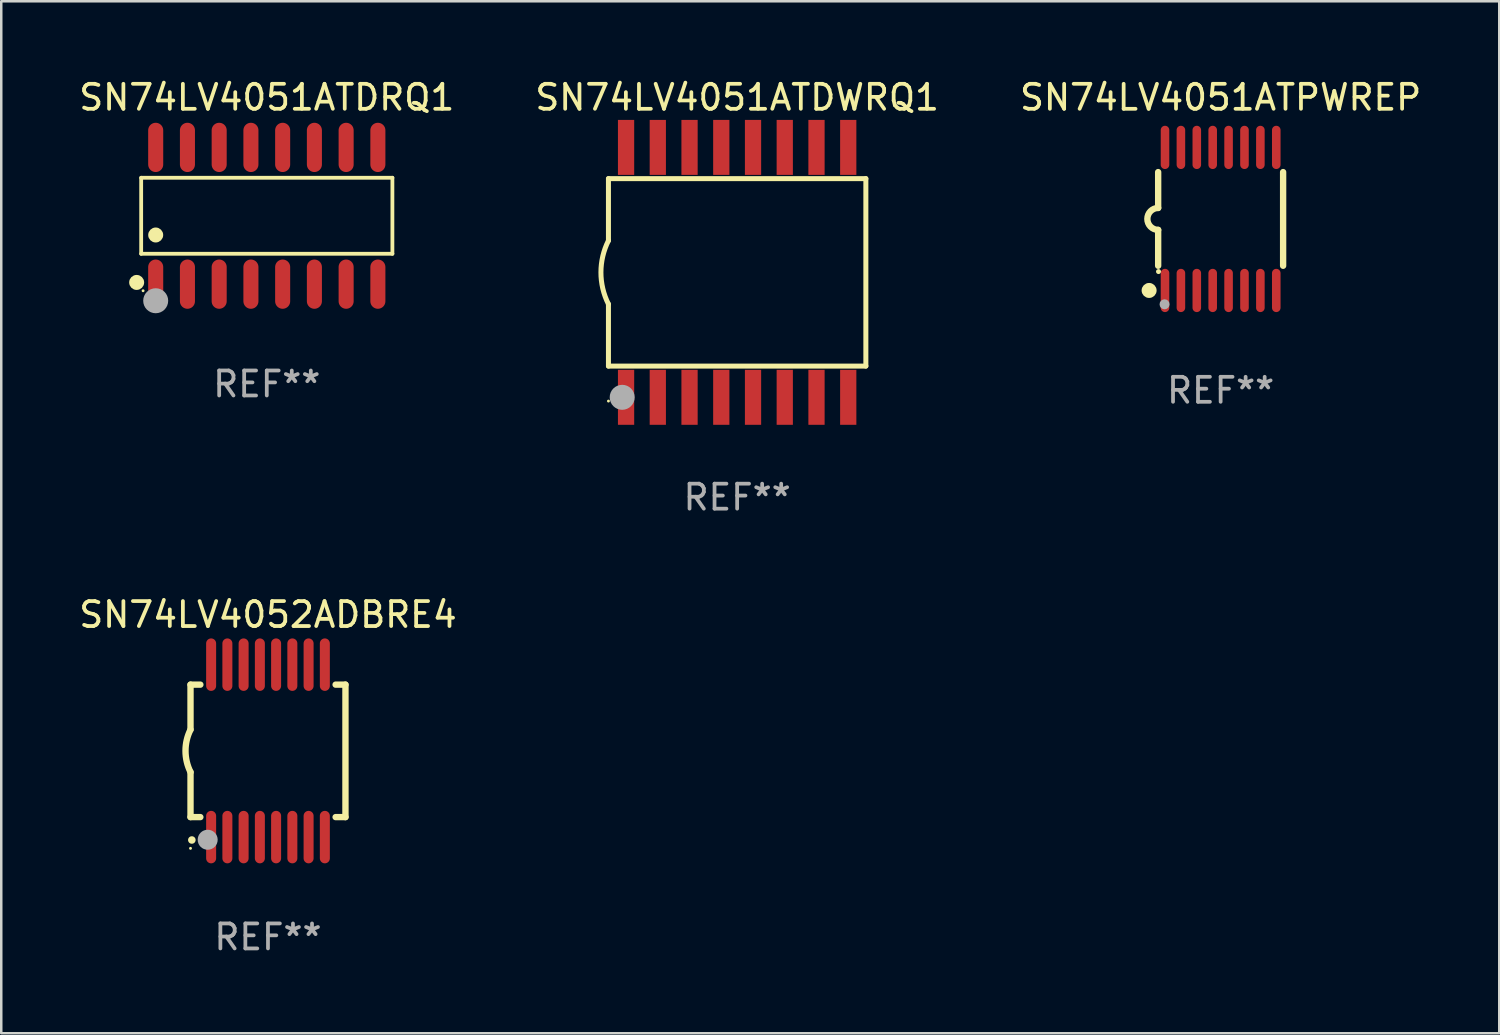
<source format=kicad_pcb>
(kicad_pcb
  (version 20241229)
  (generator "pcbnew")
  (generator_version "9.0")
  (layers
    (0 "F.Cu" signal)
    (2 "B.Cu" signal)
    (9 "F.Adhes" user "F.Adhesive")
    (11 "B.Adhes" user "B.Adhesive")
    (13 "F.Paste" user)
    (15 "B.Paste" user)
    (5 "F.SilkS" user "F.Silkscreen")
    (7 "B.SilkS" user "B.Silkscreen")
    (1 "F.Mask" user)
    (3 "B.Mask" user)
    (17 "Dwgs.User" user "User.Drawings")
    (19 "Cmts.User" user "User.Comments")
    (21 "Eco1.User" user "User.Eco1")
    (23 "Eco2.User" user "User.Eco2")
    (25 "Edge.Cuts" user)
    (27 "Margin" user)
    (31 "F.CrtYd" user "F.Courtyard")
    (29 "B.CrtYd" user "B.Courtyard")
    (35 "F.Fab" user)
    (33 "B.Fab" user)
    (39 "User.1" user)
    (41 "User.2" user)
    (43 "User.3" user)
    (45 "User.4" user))
  (footprint "SN74LV4051ATDWRQ1"
    (layer "F.Cu")
    (at 26.446 7.848)
    (property "Reference" "SN74LV4051ATDWRQ1" (at 0 -7 0) (layer "F.SilkS") (effects (font (size 1 1) (thickness 0.15))))
    (attr through_hole)
    (fp_line (start -5.15 -3.75) (end -5.15 -1.27) (stroke (width 0.2) (type solid)) (layer "F.SilkS"))
    (fp_line (start -5.15 -3.75) (end 5.15 -3.75) (stroke (width 0.2) (type solid)) (layer "F.SilkS"))
    (fp_line (start -5.15 3.75) (end -5.15 1.27) (stroke (width 0.2) (type solid)) (layer "F.SilkS"))
    (fp_line (start 5.15 -3.75) (end 5.15 3.75) (stroke (width 0.2) (type solid)) (layer "F.SilkS"))
    (fp_line (start 5.15 3.75) (end -5.15 3.75) (stroke (width 0.2) (type solid)) (layer "F.SilkS"))
    (fp_arc (start -5.151131 1.270003) (mid -5.450556 -0.000132) (end -5.150013 -1.270003) (stroke (width 0.2) (type solid)) (layer "F.SilkS"))
    (fp_circle (center -5.15 5.15) (end -5.12 5.15) (stroke (width 0.06) (type solid)) (fill no) (layer "F.SilkS"))
    (fp_circle (center -4.6 5) (end -4.35 5) (stroke (width 0.5) (type solid)) (fill no) (layer "F.Fab"))
    (fp_text user "REF**" (at 0 9 0) (layer "F.Fab") (effects (font (size 1 1) (thickness 0.15))))
    (pad "1" smd rect (at -4.445 5) (size 0.65 2.2) (layers "F.Cu" "F.Mask" "F.Paste"))
    (pad "2" smd rect (at -3.175 5) (size 0.65 2.2) (layers "F.Cu" "F.Mask" "F.Paste"))
    (pad "3" smd rect (at -1.905 5) (size 0.65 2.2) (layers "F.Cu" "F.Mask" "F.Paste"))
    (pad "4" smd rect (at -0.635 5) (size 0.65 2.2) (layers "F.Cu" "F.Mask" "F.Paste"))
    (pad "5" smd rect (at 0.635 5) (size 0.65 2.2) (layers "F.Cu" "F.Mask" "F.Paste"))
    (pad "6" smd rect (at 1.905 5) (size 0.65 2.2) (layers "F.Cu" "F.Mask" "F.Paste"))
    (pad "7" smd rect (at 3.175 5) (size 0.65 2.2) (layers "F.Cu" "F.Mask" "F.Paste"))
    (pad "8" smd rect (at 4.445 5) (size 0.65 2.2) (layers "F.Cu" "F.Mask" "F.Paste"))
    (pad "9" smd rect (at 4.445 -5) (size 0.65 2.2) (layers "F.Cu" "F.Mask" "F.Paste"))
    (pad "10" smd rect (at 3.175 -5) (size 0.65 2.2) (layers "F.Cu" "F.Mask" "F.Paste"))
    (pad "11" smd rect (at 1.905 -5) (size 0.65 2.2) (layers "F.Cu" "F.Mask" "F.Paste"))
    (pad "12" smd rect (at 0.635 -5) (size 0.65 2.2) (layers "F.Cu" "F.Mask" "F.Paste"))
    (pad "13" smd rect (at -0.635 -5) (size 0.65 2.2) (layers "F.Cu" "F.Mask" "F.Paste"))
    (pad "14" smd rect (at -1.905 -5) (size 0.65 2.2) (layers "F.Cu" "F.Mask" "F.Paste"))
    (pad "15" smd rect (at -3.175 -5) (size 0.65 2.2) (layers "F.Cu" "F.Mask" "F.Paste"))
    (pad "16" smd rect (at -4.445 -5) (size 0.65 2.2) (layers "F.Cu" "F.Mask" "F.Paste")))
  (footprint "SN74LV4052ADBRE4"
    (layer "F.Cu")
    (at 7.673 26.995)
    (property "Reference" "SN74LV4052ADBRE4" (at 0 -5.45 0) (layer "F.SilkS") (effects (font (size 1 1) (thickness 0.15))))
    (attr through_hole)
    (fp_line (start -3.1 -2.65) (end -3.1 -0.85) (stroke (width 0.254) (type solid)) (layer "F.SilkS"))
    (fp_line (start -3.1 -2.65) (end -2.706 -2.65) (stroke (width 0.254) (type solid)) (layer "F.SilkS"))
    (fp_line (start -3.1 2.65) (end -3.1 0.85) (stroke (width 0.254) (type solid)) (layer "F.SilkS"))
    (fp_line (start -3.1 2.65) (end -2.706 2.65) (stroke (width 0.254) (type solid)) (layer "F.SilkS"))
    (fp_line (start 2.706 -2.65) (end 3.1 -2.65) (stroke (width 0.254) (type solid)) (layer "F.SilkS"))
    (fp_line (start 2.706 2.65) (end 3.1 2.65) (stroke (width 0.254) (type solid)) (layer "F.SilkS"))
    (fp_line (start 3.1 -2.65) (end 3.1 2.65) (stroke (width 0.254) (type solid)) (layer "F.SilkS"))
    (fp_arc (start -3.098907 0.850902) (mid -3.300057 0.000523) (end -3.1 -0.850114) (stroke (width 0.254001) (type solid)) (layer "F.SilkS"))
    (fp_arc (start -3.048006 3.566066) (mid -3.046736 3.566061) (end -3.045466 3.566066) (stroke (width 0.3) (type solid)) (layer "F.SilkS"))
    (fp_circle (center -3.1 3.9) (end -3.07 3.9) (stroke (width 0.06) (type solid)) (fill no) (layer "F.SilkS"))
    (fp_circle (center -2.413 3.556) (end -2.213 3.556) (stroke (width 0.4) (type solid)) (fill no) (layer "F.Fab"))
    (fp_text user "REF**" (at 0 7.45 0) (layer "F.Fab") (effects (font (size 1 1) (thickness 0.15))))
    (pad "1" smd oval (at -2.275 3.45 180) (size 0.4 2.1) (layers "F.Cu" "F.Mask" "F.Paste"))
    (pad "2" smd oval (at -1.625 3.45 180) (size 0.4 2.1) (layers "F.Cu" "F.Mask" "F.Paste"))
    (pad "3" smd oval (at -0.975 3.45 180) (size 0.4 2.1) (layers "F.Cu" "F.Mask" "F.Paste"))
    (pad "4" smd oval (at -0.325 3.45 180) (size 0.4 2.1) (layers "F.Cu" "F.Mask" "F.Paste"))
    (pad "5" smd oval (at 0.325 3.45 180) (size 0.4 2.1) (layers "F.Cu" "F.Mask" "F.Paste"))
    (pad "6" smd oval (at 0.975 3.45 180) (size 0.4 2.1) (layers "F.Cu" "F.Mask" "F.Paste"))
    (pad "7" smd oval (at 1.625 3.45 180) (size 0.4 2.1) (layers "F.Cu" "F.Mask" "F.Paste"))
    (pad "8" smd oval (at 2.275 3.45 180) (size 0.4 2.1) (layers "F.Cu" "F.Mask" "F.Paste"))
    (pad "9" smd oval (at 2.275 -3.45 180) (size 0.4 2.1) (layers "F.Cu" "F.Mask" "F.Paste"))
    (pad "10" smd oval (at 1.625 -3.45 180) (size 0.4 2.1) (layers "F.Cu" "F.Mask" "F.Paste"))
    (pad "11" smd oval (at 0.975 -3.45 180) (size 0.4 2.1) (layers "F.Cu" "F.Mask" "F.Paste"))
    (pad "12" smd oval (at 0.325 -3.45 180) (size 0.4 2.1) (layers "F.Cu" "F.Mask" "F.Paste"))
    (pad "13" smd oval (at -0.325 -3.45 180) (size 0.4 2.1) (layers "F.Cu" "F.Mask" "F.Paste"))
    (pad "14" smd oval (at -0.975 -3.45 180) (size 0.4 2.1) (layers "F.Cu" "F.Mask" "F.Paste"))
    (pad "15" smd oval (at -1.625 -3.45 180) (size 0.4 2.1) (layers "F.Cu" "F.Mask" "F.Paste"))
    (pad "16" smd oval (at -2.275 -3.45 180) (size 0.4 2.1) (layers "F.Cu" "F.Mask" "F.Paste")))
  (footprint "SN74LV4051ATDRQ1"
    (layer "F.Cu")
    (at 7.625 5.584)
    (property "Reference" "SN74LV4051ATDRQ1" (at 0 -4.736 0) (layer "F.SilkS") (effects (font (size 1 1) (thickness 0.15))))
    (attr through_hole)
    (fp_line (start -5.026 -1.521) (end 5.026 -1.521) (stroke (width 0.152) (type solid)) (layer "F.SilkS"))
    (fp_line (start -5.026 1.521) (end -5.026 -1.521) (stroke (width 0.152) (type solid)) (layer "F.SilkS"))
    (fp_line (start 5.026 -1.521) (end 5.026 1.521) (stroke (width 0.152) (type solid)) (layer "F.SilkS"))
    (fp_line (start 5.026 1.521) (end -5.026 1.521) (stroke (width 0.152) (type solid)) (layer "F.SilkS"))
    (fp_circle (center -5.207 2.667) (end -5.057 2.667) (stroke (width 0.3) (type solid)) (fill no) (layer "F.SilkS"))
    (fp_circle (center -4.95 3) (end -4.92 3) (stroke (width 0.06) (type solid)) (fill no) (layer "F.SilkS"))
    (fp_circle (center -4.445 0.769) (end -4.295 0.769) (stroke (width 0.3) (type solid)) (fill no) (layer "F.SilkS"))
    (fp_circle (center -4.445 3.4) (end -4.195 3.4) (stroke (width 0.5) (type solid)) (fill no) (layer "F.Fab"))
    (fp_text user "REF**" (at 0 6.736 0) (layer "F.Fab") (effects (font (size 1 1) (thickness 0.15))))
    (pad "1" smd oval (at -4.445 2.736) (size 0.602 1.971) (layers "F.Cu" "F.Mask" "F.Paste"))
    (pad "2" smd oval (at -3.175 2.736) (size 0.602 1.971) (layers "F.Cu" "F.Mask" "F.Paste"))
    (pad "3" smd oval (at -1.905 2.736) (size 0.602 1.971) (layers "F.Cu" "F.Mask" "F.Paste"))
    (pad "4" smd oval (at -0.635 2.736) (size 0.602 1.971) (layers "F.Cu" "F.Mask" "F.Paste"))
    (pad "5" smd oval (at 0.635 2.736) (size 0.602 1.971) (layers "F.Cu" "F.Mask" "F.Paste"))
    (pad "6" smd oval (at 1.905 2.736) (size 0.602 1.971) (layers "F.Cu" "F.Mask" "F.Paste"))
    (pad "7" smd oval (at 3.175 2.736) (size 0.602 1.971) (layers "F.Cu" "F.Mask" "F.Paste"))
    (pad "8" smd oval (at 4.445 2.736) (size 0.602 1.971) (layers "F.Cu" "F.Mask" "F.Paste"))
    (pad "9" smd oval (at 4.445 -2.736) (size 0.602 1.971) (layers "F.Cu" "F.Mask" "F.Paste"))
    (pad "10" smd oval (at 3.175 -2.736) (size 0.602 1.971) (layers "F.Cu" "F.Mask" "F.Paste"))
    (pad "11" smd oval (at 1.905 -2.736) (size 0.602 1.971) (layers "F.Cu" "F.Mask" "F.Paste"))
    (pad "12" smd oval (at 0.635 -2.736) (size 0.602 1.971) (layers "F.Cu" "F.Mask" "F.Paste"))
    (pad "13" smd oval (at -0.635 -2.736) (size 0.602 1.971) (layers "F.Cu" "F.Mask" "F.Paste"))
    (pad "14" smd oval (at -1.905 -2.736) (size 0.602 1.971) (layers "F.Cu" "F.Mask" "F.Paste"))
    (pad "15" smd oval (at -3.175 -2.736) (size 0.602 1.971) (layers "F.Cu" "F.Mask" "F.Paste"))
    (pad "16" smd oval (at -4.445 -2.736) (size 0.602 1.971) (layers "F.Cu" "F.Mask" "F.Paste")))
  (footprint "SN74LV4051ATPWREP"
    (layer "F.Cu")
    (at 45.792 5.71)
    (property "Reference" "SN74LV4051ATPWREP" (at 0 -4.862 0) (layer "F.SilkS") (effects (font (size 1 1) (thickness 0.15))))
    (attr through_hole)
    (fp_line (start -2.5 -1.874) (end -2.5 -0.439) (stroke (width 0.254) (type solid)) (layer "F.SilkS"))
    (fp_line (start -2.5 1.874) (end -2.5 0.439) (stroke (width 0.254) (type solid)) (layer "F.SilkS"))
    (fp_line (start 2.5 -1.874) (end 2.5 1.874) (stroke (width 0.254) (type solid)) (layer "F.SilkS"))
    (fp_arc (start -2.5 0.438989) (mid -2.938633 -0.000597) (end -2.499365 -0.439547) (stroke (width 0.254001) (type solid)) (layer "F.SilkS"))
    (fp_circle (center -2.862 2.862) (end -2.712 2.862) (stroke (width 0.3) (type solid)) (fill no) (layer "F.SilkS"))
    (fp_circle (center -2.486 2.106) (end -2.436 2.106) (stroke (width 0.1) (type solid)) (fill no) (layer "F.SilkS"))
    (fp_circle (center -2.244 3.416) (end -2.144 3.416) (stroke (width 0.2) (type solid)) (fill no) (layer "F.Fab"))
    (fp_text user "REF**" (at 0 6.862 0) (layer "F.Fab") (effects (font (size 1 1) (thickness 0.15))))
    (pad "1" smd oval (at -2.226 2.862) (size 0.343 1.731) (layers "F.Cu" "F.Mask" "F.Paste"))
    (pad "2" smd oval (at -1.59 2.862) (size 0.343 1.731) (layers "F.Cu" "F.Mask" "F.Paste"))
    (pad "3" smd oval (at -0.954 2.862) (size 0.343 1.731) (layers "F.Cu" "F.Mask" "F.Paste"))
    (pad "4" smd oval (at -0.318 2.862) (size 0.343 1.731) (layers "F.Cu" "F.Mask" "F.Paste"))
    (pad "5" smd oval (at 0.318 2.862) (size 0.343 1.731) (layers "F.Cu" "F.Mask" "F.Paste"))
    (pad "6" smd oval (at 0.954 2.862) (size 0.343 1.731) (layers "F.Cu" "F.Mask" "F.Paste"))
    (pad "7" smd oval (at 1.59 2.862) (size 0.343 1.731) (layers "F.Cu" "F.Mask" "F.Paste"))
    (pad "8" smd oval (at 2.226 2.862) (size 0.343 1.731) (layers "F.Cu" "F.Mask" "F.Paste"))
    (pad "9" smd oval (at 2.226 -2.862) (size 0.343 1.731) (layers "F.Cu" "F.Mask" "F.Paste"))
    (pad "10" smd oval (at 1.59 -2.862) (size 0.343 1.731) (layers "F.Cu" "F.Mask" "F.Paste"))
    (pad "11" smd oval (at 0.954 -2.862) (size 0.343 1.731) (layers "F.Cu" "F.Mask" "F.Paste"))
    (pad "12" smd oval (at 0.318 -2.862) (size 0.343 1.731) (layers "F.Cu" "F.Mask" "F.Paste"))
    (pad "13" smd oval (at -0.318 -2.862) (size 0.343 1.731) (layers "F.Cu" "F.Mask" "F.Paste"))
    (pad "14" smd oval (at -0.954 -2.862) (size 0.343 1.731) (layers "F.Cu" "F.Mask" "F.Paste"))
    (pad "15" smd oval (at -1.59 -2.862) (size 0.343 1.731) (layers "F.Cu" "F.Mask" "F.Paste"))
    (pad "16" smd oval (at -2.226 -2.862) (size 0.343 1.731) (layers "F.Cu" "F.Mask" "F.Paste")))
  (gr_rect
    (start -3 -3)
    (end 56.94 38.293)
    (stroke (width 0.1) (type default))
    (fill no)
    (layer "Edge.Cuts")))
</source>
